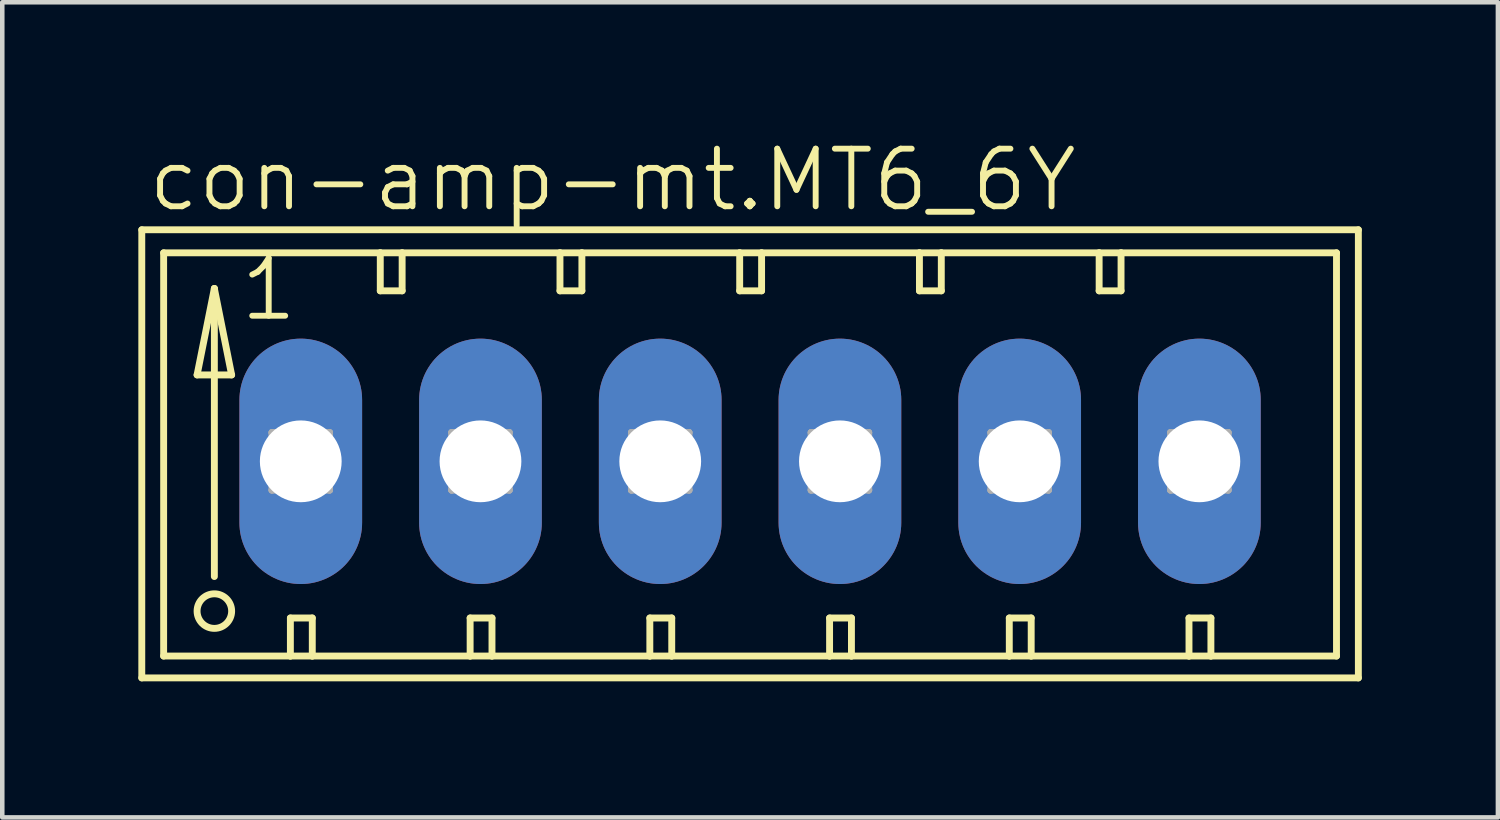
<source format=kicad_pcb>
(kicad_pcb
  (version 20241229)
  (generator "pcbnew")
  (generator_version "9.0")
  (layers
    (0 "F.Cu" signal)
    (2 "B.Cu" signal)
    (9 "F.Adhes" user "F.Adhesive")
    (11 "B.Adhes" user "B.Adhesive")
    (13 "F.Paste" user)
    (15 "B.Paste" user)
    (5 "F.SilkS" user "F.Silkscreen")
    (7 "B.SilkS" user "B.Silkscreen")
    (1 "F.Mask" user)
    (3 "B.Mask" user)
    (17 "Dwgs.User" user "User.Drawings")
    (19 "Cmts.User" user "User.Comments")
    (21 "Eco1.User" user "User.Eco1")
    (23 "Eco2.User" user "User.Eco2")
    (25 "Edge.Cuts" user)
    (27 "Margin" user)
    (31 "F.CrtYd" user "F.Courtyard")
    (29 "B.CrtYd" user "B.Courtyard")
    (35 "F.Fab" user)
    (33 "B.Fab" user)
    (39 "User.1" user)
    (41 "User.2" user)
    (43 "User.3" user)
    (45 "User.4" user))
  (footprint "con-amp-mt.MT6_6Y"
    (layer "F.Cu")
    (at 13.487 7.121)
    (property "Reference" "con-amp-mt.MT6_6Y" (at -13.335 -5.461 0) (layer "F.SilkS") (effects (font (size 1.27 1.27) (thickness 0.13)) (justify left bottom)))
    (attr through_hole)
    (fp_line (start -13.411 -5.105) (end -13.411 4.775) (stroke (width 0.152) (type default)) (layer "F.SilkS"))
    (fp_line (start -13.411 4.775) (end 13.411 4.775) (stroke (width 0.152) (type default)) (layer "F.SilkS"))
    (fp_line (start -12.929 -4.597) (end -12.929 4.293) (stroke (width 0.152) (type default)) (layer "F.SilkS"))
    (fp_line (start -12.929 4.293) (end -10.135 4.293) (stroke (width 0.152) (type default)) (layer "F.SilkS"))
    (fp_line (start -12.192 -1.905) (end -11.43 -1.905) (stroke (width 0.152) (type default)) (layer "F.SilkS"))
    (fp_line (start -11.811 -3.81) (end -12.192 -1.905) (stroke (width 0.152) (type default)) (layer "F.SilkS"))
    (fp_line (start -11.811 -3.81) (end -11.43 -1.905) (stroke (width 0.152) (type default)) (layer "F.SilkS"))
    (fp_line (start -11.811 2.54) (end -11.811 -3.81) (stroke (width 0.152) (type default)) (layer "F.SilkS"))
    (fp_line (start -10.135 3.454) (end -10.135 4.293) (stroke (width 0.152) (type default)) (layer "F.SilkS"))
    (fp_line (start -10.135 3.454) (end -9.652 3.454) (stroke (width 0.152) (type default)) (layer "F.SilkS"))
    (fp_line (start -10.135 4.293) (end -9.652 4.293) (stroke (width 0.152) (type default)) (layer "F.SilkS"))
    (fp_line (start -9.652 3.454) (end -9.652 4.293) (stroke (width 0.152) (type default)) (layer "F.SilkS"))
    (fp_line (start -9.652 4.293) (end -6.172 4.293) (stroke (width 0.152) (type default)) (layer "F.SilkS"))
    (fp_line (start -8.153 -4.597) (end -12.929 -4.597) (stroke (width 0.152) (type default)) (layer "F.SilkS"))
    (fp_line (start -8.153 -4.597) (end -8.153 -3.759) (stroke (width 0.152) (type default)) (layer "F.SilkS"))
    (fp_line (start -8.153 -3.759) (end -7.671 -3.759) (stroke (width 0.152) (type default)) (layer "F.SilkS"))
    (fp_line (start -7.671 -4.597) (end -8.153 -4.597) (stroke (width 0.152) (type default)) (layer "F.SilkS"))
    (fp_line (start -7.671 -3.759) (end -7.671 -4.597) (stroke (width 0.152) (type default)) (layer "F.SilkS"))
    (fp_line (start -6.172 3.454) (end -6.172 4.293) (stroke (width 0.152) (type default)) (layer "F.SilkS"))
    (fp_line (start -6.172 3.454) (end -5.69 3.454) (stroke (width 0.152) (type default)) (layer "F.SilkS"))
    (fp_line (start -6.172 4.293) (end -5.69 4.293) (stroke (width 0.152) (type default)) (layer "F.SilkS"))
    (fp_line (start -5.69 3.454) (end -5.69 4.293) (stroke (width 0.152) (type default)) (layer "F.SilkS"))
    (fp_line (start -5.69 4.293) (end -2.21 4.293) (stroke (width 0.152) (type default)) (layer "F.SilkS"))
    (fp_line (start -4.191 -4.597) (end -7.671 -4.597) (stroke (width 0.152) (type default)) (layer "F.SilkS"))
    (fp_line (start -4.191 -3.759) (end -4.191 -4.597) (stroke (width 0.152) (type default)) (layer "F.SilkS"))
    (fp_line (start -4.191 -3.759) (end -3.708 -3.759) (stroke (width 0.152) (type default)) (layer "F.SilkS"))
    (fp_line (start -3.708 -4.597) (end -4.191 -4.597) (stroke (width 0.152) (type default)) (layer "F.SilkS"))
    (fp_line (start -3.708 -3.759) (end -3.708 -4.597) (stroke (width 0.152) (type default)) (layer "F.SilkS"))
    (fp_line (start -2.21 3.454) (end -2.21 4.293) (stroke (width 0.152) (type default)) (layer "F.SilkS"))
    (fp_line (start -2.21 3.454) (end -1.727 3.454) (stroke (width 0.152) (type default)) (layer "F.SilkS"))
    (fp_line (start -2.21 4.293) (end -1.727 4.293) (stroke (width 0.152) (type default)) (layer "F.SilkS"))
    (fp_line (start -1.727 3.454) (end -1.727 4.293) (stroke (width 0.152) (type default)) (layer "F.SilkS"))
    (fp_line (start -1.727 4.293) (end 1.753 4.293) (stroke (width 0.152) (type default)) (layer "F.SilkS"))
    (fp_line (start -0.229 -4.597) (end -3.708 -4.597) (stroke (width 0.152) (type default)) (layer "F.SilkS"))
    (fp_line (start -0.229 -3.759) (end -0.229 -4.597) (stroke (width 0.152) (type default)) (layer "F.SilkS"))
    (fp_line (start -0.229 -3.759) (end 0.254 -3.759) (stroke (width 0.152) (type default)) (layer "F.SilkS"))
    (fp_line (start 0.254 -4.597) (end -0.229 -4.597) (stroke (width 0.152) (type default)) (layer "F.SilkS"))
    (fp_line (start 0.254 -3.759) (end 0.254 -4.597) (stroke (width 0.152) (type default)) (layer "F.SilkS"))
    (fp_line (start 1.753 3.454) (end 1.753 4.293) (stroke (width 0.152) (type default)) (layer "F.SilkS"))
    (fp_line (start 1.753 3.454) (end 2.235 3.454) (stroke (width 0.152) (type default)) (layer "F.SilkS"))
    (fp_line (start 1.753 4.293) (end 2.235 4.293) (stroke (width 0.152) (type default)) (layer "F.SilkS"))
    (fp_line (start 2.235 3.454) (end 2.235 4.293) (stroke (width 0.152) (type default)) (layer "F.SilkS"))
    (fp_line (start 2.235 4.293) (end 5.715 4.293) (stroke (width 0.152) (type default)) (layer "F.SilkS"))
    (fp_line (start 3.734 -4.597) (end 0.254 -4.597) (stroke (width 0.152) (type default)) (layer "F.SilkS"))
    (fp_line (start 3.734 -3.759) (end 3.734 -4.597) (stroke (width 0.152) (type default)) (layer "F.SilkS"))
    (fp_line (start 3.734 -3.759) (end 4.216 -3.759) (stroke (width 0.152) (type default)) (layer "F.SilkS"))
    (fp_line (start 4.216 -4.597) (end 3.734 -4.597) (stroke (width 0.152) (type default)) (layer "F.SilkS"))
    (fp_line (start 4.216 -3.759) (end 4.216 -4.597) (stroke (width 0.152) (type default)) (layer "F.SilkS"))
    (fp_line (start 5.715 3.454) (end 5.715 4.293) (stroke (width 0.152) (type default)) (layer "F.SilkS"))
    (fp_line (start 5.715 3.454) (end 6.198 3.454) (stroke (width 0.152) (type default)) (layer "F.SilkS"))
    (fp_line (start 5.715 4.293) (end 6.198 4.293) (stroke (width 0.152) (type default)) (layer "F.SilkS"))
    (fp_line (start 6.198 3.454) (end 6.198 4.293) (stroke (width 0.152) (type default)) (layer "F.SilkS"))
    (fp_line (start 6.198 4.293) (end 9.677 4.293) (stroke (width 0.152) (type default)) (layer "F.SilkS"))
    (fp_line (start 7.696 -4.597) (end 4.216 -4.597) (stroke (width 0.152) (type default)) (layer "F.SilkS"))
    (fp_line (start 7.696 -3.759) (end 7.696 -4.597) (stroke (width 0.152) (type default)) (layer "F.SilkS"))
    (fp_line (start 7.696 -3.759) (end 8.179 -3.759) (stroke (width 0.152) (type default)) (layer "F.SilkS"))
    (fp_line (start 8.179 -4.597) (end 7.696 -4.597) (stroke (width 0.152) (type default)) (layer "F.SilkS"))
    (fp_line (start 8.179 -3.759) (end 8.179 -4.597) (stroke (width 0.152) (type default)) (layer "F.SilkS"))
    (fp_line (start 9.677 3.454) (end 9.677 4.293) (stroke (width 0.152) (type default)) (layer "F.SilkS"))
    (fp_line (start 9.677 3.454) (end 10.16 3.454) (stroke (width 0.152) (type default)) (layer "F.SilkS"))
    (fp_line (start 9.677 4.293) (end 10.16 4.293) (stroke (width 0.152) (type default)) (layer "F.SilkS"))
    (fp_line (start 10.16 3.454) (end 10.16 4.293) (stroke (width 0.152) (type default)) (layer "F.SilkS"))
    (fp_line (start 10.16 4.293) (end 12.929 4.293) (stroke (width 0.152) (type default)) (layer "F.SilkS"))
    (fp_line (start 12.929 -4.597) (end 8.179 -4.597) (stroke (width 0.152) (type default)) (layer "F.SilkS"))
    (fp_line (start 12.929 4.293) (end 12.929 -4.597) (stroke (width 0.152) (type default)) (layer "F.SilkS"))
    (fp_line (start 13.411 -5.105) (end -13.411 -5.105) (stroke (width 0.152) (type default)) (layer "F.SilkS"))
    (fp_line (start 13.411 4.775) (end 13.411 -5.105) (stroke (width 0.152) (type default)) (layer "F.SilkS"))
    (fp_circle (center -11.811 3.302) (end -11.43 3.302) (stroke (width 0.152) (type default)) (fill no) (layer "F.SilkS"))
    (fp_line (start -10.541 -0.635) (end -10.541 0.635) (stroke (width 0.152) (type default)) (layer "F.Fab"))
    (fp_line (start -10.541 -0.635) (end -9.271 0.635) (stroke (width 0.152) (type default)) (layer "F.Fab"))
    (fp_line (start -10.541 0.635) (end -9.271 0.635) (stroke (width 0.152) (type default)) (layer "F.Fab"))
    (fp_line (start -9.271 -0.635) (end -10.541 -0.635) (stroke (width 0.152) (type default)) (layer "F.Fab"))
    (fp_line (start -9.271 -0.635) (end -10.541 0.635) (stroke (width 0.152) (type default)) (layer "F.Fab"))
    (fp_line (start -9.271 0.635) (end -9.271 -0.635) (stroke (width 0.152) (type default)) (layer "F.Fab"))
    (fp_line (start -6.579 -0.635) (end -6.579 0.635) (stroke (width 0.152) (type default)) (layer "F.Fab"))
    (fp_line (start -6.579 -0.635) (end -5.309 0.635) (stroke (width 0.152) (type default)) (layer "F.Fab"))
    (fp_line (start -6.579 0.635) (end -5.309 0.635) (stroke (width 0.152) (type default)) (layer "F.Fab"))
    (fp_line (start -5.309 -0.635) (end -6.579 -0.635) (stroke (width 0.152) (type default)) (layer "F.Fab"))
    (fp_line (start -5.309 -0.635) (end -6.579 0.635) (stroke (width 0.152) (type default)) (layer "F.Fab"))
    (fp_line (start -5.309 0.635) (end -5.309 -0.635) (stroke (width 0.152) (type default)) (layer "F.Fab"))
    (fp_line (start -2.616 -0.635) (end -2.616 0.635) (stroke (width 0.152) (type default)) (layer "F.Fab"))
    (fp_line (start -2.616 -0.635) (end -1.346 0.635) (stroke (width 0.152) (type default)) (layer "F.Fab"))
    (fp_line (start -2.616 0.635) (end -1.346 0.635) (stroke (width 0.152) (type default)) (layer "F.Fab"))
    (fp_line (start -1.346 -0.635) (end -2.616 -0.635) (stroke (width 0.152) (type default)) (layer "F.Fab"))
    (fp_line (start -1.346 -0.635) (end -2.616 0.635) (stroke (width 0.152) (type default)) (layer "F.Fab"))
    (fp_line (start -1.346 0.635) (end -1.346 -0.635) (stroke (width 0.152) (type default)) (layer "F.Fab"))
    (fp_line (start 1.346 -0.635) (end 1.346 0.635) (stroke (width 0.152) (type default)) (layer "F.Fab"))
    (fp_line (start 1.346 -0.635) (end 2.616 0.635) (stroke (width 0.152) (type default)) (layer "F.Fab"))
    (fp_line (start 1.346 0.635) (end 2.616 0.635) (stroke (width 0.152) (type default)) (layer "F.Fab"))
    (fp_line (start 2.616 -0.635) (end 1.346 -0.635) (stroke (width 0.152) (type default)) (layer "F.Fab"))
    (fp_line (start 2.616 -0.635) (end 1.346 0.635) (stroke (width 0.152) (type default)) (layer "F.Fab"))
    (fp_line (start 2.616 0.635) (end 2.616 -0.635) (stroke (width 0.152) (type default)) (layer "F.Fab"))
    (fp_line (start 5.309 -0.635) (end 5.309 0.635) (stroke (width 0.152) (type default)) (layer "F.Fab"))
    (fp_line (start 5.309 -0.635) (end 6.579 0.635) (stroke (width 0.152) (type default)) (layer "F.Fab"))
    (fp_line (start 5.309 0.635) (end 6.579 0.635) (stroke (width 0.152) (type default)) (layer "F.Fab"))
    (fp_line (start 6.579 -0.635) (end 5.309 -0.635) (stroke (width 0.152) (type default)) (layer "F.Fab"))
    (fp_line (start 6.579 -0.635) (end 5.309 0.635) (stroke (width 0.152) (type default)) (layer "F.Fab"))
    (fp_line (start 6.579 0.635) (end 6.579 -0.635) (stroke (width 0.152) (type default)) (layer "F.Fab"))
    (fp_line (start 9.271 -0.635) (end 9.271 0.635) (stroke (width 0.152) (type default)) (layer "F.Fab"))
    (fp_line (start 9.271 -0.635) (end 10.541 0.635) (stroke (width 0.152) (type default)) (layer "F.Fab"))
    (fp_line (start 9.271 0.635) (end 10.541 0.635) (stroke (width 0.152) (type default)) (layer "F.Fab"))
    (fp_line (start 10.541 -0.635) (end 9.271 -0.635) (stroke (width 0.152) (type default)) (layer "F.Fab"))
    (fp_line (start 10.541 -0.635) (end 9.271 0.635) (stroke (width 0.152) (type default)) (layer "F.Fab"))
    (fp_line (start 10.541 0.635) (end 10.541 -0.635) (stroke (width 0.152) (type default)) (layer "F.Fab"))
    (fp_text user "1" (at -11.303 -3.048 0) (layer "F.SilkS") (effects (font (size 1.27 1.27) (thickness 0.13)) (justify left bottom)))
    (pad "1" thru_hole oval (at -9.906 0 90) (size 5.41 2.705) (drill 1.803) (layers "*.Cu" "*.Mask"))
    (pad "2" thru_hole oval (at -5.944 0 90) (size 5.41 2.705) (drill 1.803) (layers "*.Cu" "*.Mask"))
    (pad "3" thru_hole oval (at -1.981 0 90) (size 5.41 2.705) (drill 1.803) (layers "*.Cu" "*.Mask"))
    (pad "4" thru_hole oval (at 1.981 0 90) (size 5.41 2.705) (drill 1.803) (layers "*.Cu" "*.Mask"))
    (pad "5" thru_hole oval (at 5.944 0 90) (size 5.41 2.705) (drill 1.803) (layers "*.Cu" "*.Mask"))
    (pad "6" thru_hole oval (at 9.906 0 90) (size 5.41 2.705) (drill 1.803) (layers "*.Cu" "*.Mask")))
  (gr_rect
    (start -3 -3)
    (end 29.975 14.972)
    (stroke (width 0.1) (type default))
    (fill no)
    (layer "Edge.Cuts")))
</source>
